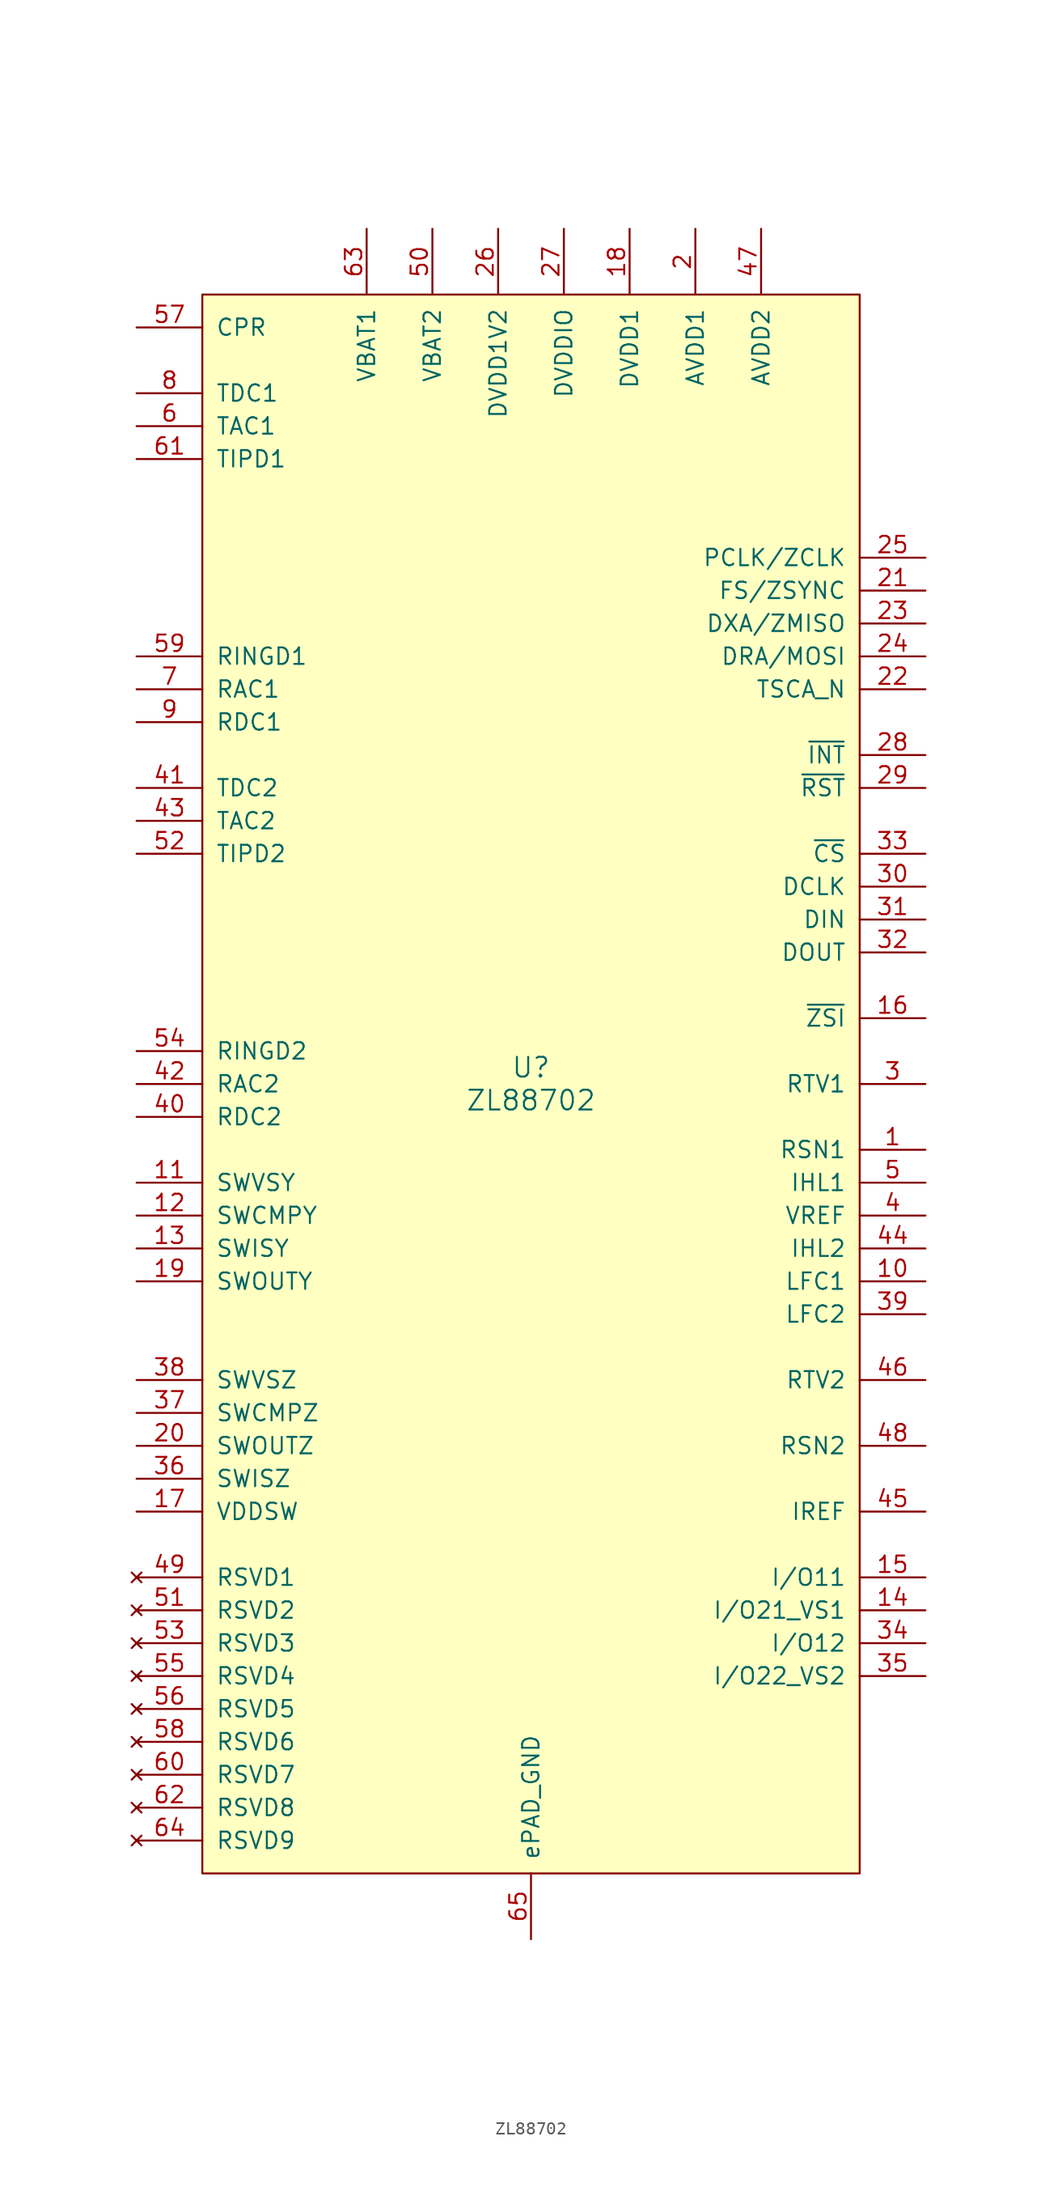
<source format=kicad_sym>
(kicad_symbol_lib
  (version 20211014)
  (generator kicad_symbol_editor)
  (symbol "ZL88702"
    (pin_names
      (offset 1.016))
    (property "Reference" "U"
      (at 0 1.27 0)
      (effects (font (size 1.524 1.524))))
    (property "Value" "ZL88702"
      (at 0 -1.27 0)
      (effects (font (size 1.524 1.524))))
    (symbol "ZL88702_0_1"
      (rectangle (start -25.4 60.96) (end 25.4 -60.96) (stroke (width 0) (type default) (color 0 0 0 0)) (fill (type background))))
    (symbol "ZL88702_1_1"
      (pin input line (at 30.48 -5.08 180) (length 5.08) (name "RSN1" (effects (font (size 1.27 1.27)))) (number "1" (effects (font (size 1.27 1.27)))))
      (pin passive line (at 30.48 -15.24 180) (length 5.08) (name "LFC1" (effects (font (size 1.27 1.27)))) (number "10" (effects (font (size 1.27 1.27)))))
      (pin input line (at -30.48 -7.62 0) (length 5.08) (name "SWVSY" (effects (font (size 1.27 1.27)))) (number "11" (effects (font (size 1.27 1.27)))))
      (pin passive line (at -30.48 -10.16 0) (length 5.08) (name "SWCMPY" (effects (font (size 1.27 1.27)))) (number "12" (effects (font (size 1.27 1.27)))))
      (pin input line (at -30.48 -12.7 0) (length 5.08) (name "SWISY" (effects (font (size 1.27 1.27)))) (number "13" (effects (font (size 1.27 1.27)))))
      (pin passive line (at 30.48 -40.64 180) (length 5.08) (name "I/O21_VS1" (effects (font (size 1.27 1.27)))) (number "14" (effects (font (size 1.27 1.27)))))
      (pin passive line (at 30.48 -38.1 180) (length 5.08) (name "I/O11" (effects (font (size 1.27 1.27)))) (number "15" (effects (font (size 1.27 1.27)))))
      (pin passive line (at 30.48 5.08 180) (length 5.08) (name "~{ZSI}" (effects (font (size 1.27 1.27)))) (number "16" (effects (font (size 1.27 1.27)))))
      (pin passive line (at -30.48 -33.02 0) (length 5.08) (name "VDDSW" (effects (font (size 1.27 1.27)))) (number "17" (effects (font (size 1.27 1.27)))))
      (pin passive line (at 7.62 66.04 270) (length 5.08) (name "DVDD1" (effects (font (size 1.27 1.27)))) (number "18" (effects (font (size 1.27 1.27)))))
      (pin passive line (at -30.48 -15.24 0) (length 5.08) (name "SWOUTY" (effects (font (size 1.27 1.27)))) (number "19" (effects (font (size 1.27 1.27)))))
      (pin passive line (at 12.7 66.04 270) (length 5.08) (name "AVDD1" (effects (font (size 1.27 1.27)))) (number "2" (effects (font (size 1.27 1.27)))))
      (pin passive line (at -30.48 -27.94 0) (length 5.08) (name "SWOUTZ" (effects (font (size 1.27 1.27)))) (number "20" (effects (font (size 1.27 1.27)))))
      (pin input line (at 30.48 38.1 180) (length 5.08) (name "FS/ZSYNC" (effects (font (size 1.27 1.27)))) (number "21" (effects (font (size 1.27 1.27)))))
      (pin passive line (at 30.48 30.48 180) (length 5.08) (name "TSCA_N" (effects (font (size 1.27 1.27)))) (number "22" (effects (font (size 1.27 1.27)))))
      (pin input line (at 30.48 35.56 180) (length 5.08) (name "DXA/ZMISO" (effects (font (size 1.27 1.27)))) (number "23" (effects (font (size 1.27 1.27)))))
      (pin passive line (at 30.48 33.02 180) (length 5.08) (name "DRA/MOSI" (effects (font (size 1.27 1.27)))) (number "24" (effects (font (size 1.27 1.27)))))
      (pin input line (at 30.48 40.64 180) (length 5.08) (name "PCLK/ZCLK" (effects (font (size 1.27 1.27)))) (number "25" (effects (font (size 1.27 1.27)))))
      (pin passive line (at -2.54 66.04 270) (length 5.08) (name "DVDD1V2" (effects (font (size 1.27 1.27)))) (number "26" (effects (font (size 1.27 1.27)))))
      (pin passive line (at 2.54 66.04 270) (length 5.08) (name "DVDDIO" (effects (font (size 1.27 1.27)))) (number "27" (effects (font (size 1.27 1.27)))))
      (pin passive line (at 30.48 25.4 180) (length 5.08) (name "~{INT}" (effects (font (size 1.27 1.27)))) (number "28" (effects (font (size 1.27 1.27)))))
      (pin input line (at 30.48 22.86 180) (length 5.08) (name "~{RST}" (effects (font (size 1.27 1.27)))) (number "29" (effects (font (size 1.27 1.27)))))
      (pin passive line (at 30.48 0 180) (length 5.08) (name "RTV1" (effects (font (size 1.27 1.27)))) (number "3" (effects (font (size 1.27 1.27)))))
      (pin input line (at 30.48 15.24 180) (length 5.08) (name "DCLK" (effects (font (size 1.27 1.27)))) (number "30" (effects (font (size 1.27 1.27)))))
      (pin input line (at 30.48 12.7 180) (length 5.08) (name "DIN" (effects (font (size 1.27 1.27)))) (number "31" (effects (font (size 1.27 1.27)))))
      (pin passive line (at 30.48 10.16 180) (length 5.08) (name "DOUT" (effects (font (size 1.27 1.27)))) (number "32" (effects (font (size 1.27 1.27)))))
      (pin input line (at 30.48 17.78 180) (length 5.08) (name "~{CS}" (effects (font (size 1.27 1.27)))) (number "33" (effects (font (size 1.27 1.27)))))
      (pin passive line (at 30.48 -43.18 180) (length 5.08) (name "I/O12" (effects (font (size 1.27 1.27)))) (number "34" (effects (font (size 1.27 1.27)))))
      (pin passive line (at 30.48 -45.72 180) (length 5.08) (name "I/O22_VS2" (effects (font (size 1.27 1.27)))) (number "35" (effects (font (size 1.27 1.27)))))
      (pin input line (at -30.48 -30.48 0) (length 5.08) (name "SWISZ" (effects (font (size 1.27 1.27)))) (number "36" (effects (font (size 1.27 1.27)))))
      (pin passive line (at -30.48 -25.4 0) (length 5.08) (name "SWCMPZ" (effects (font (size 1.27 1.27)))) (number "37" (effects (font (size 1.27 1.27)))))
      (pin passive line (at -30.48 -22.86 0) (length 5.08) (name "SWVSZ" (effects (font (size 1.27 1.27)))) (number "38" (effects (font (size 1.27 1.27)))))
      (pin passive line (at 30.48 -17.78 180) (length 5.08) (name "LFC2" (effects (font (size 1.27 1.27)))) (number "39" (effects (font (size 1.27 1.27)))))
      (pin passive line (at 30.48 -10.16 180) (length 5.08) (name "VREF" (effects (font (size 1.27 1.27)))) (number "4" (effects (font (size 1.27 1.27)))))
      (pin input line (at -30.48 -2.54 0) (length 5.08) (name "RDC2" (effects (font (size 1.27 1.27)))) (number "40" (effects (font (size 1.27 1.27)))))
      (pin input line (at -30.48 22.86 0) (length 5.08) (name "TDC2" (effects (font (size 1.27 1.27)))) (number "41" (effects (font (size 1.27 1.27)))))
      (pin input line (at -30.48 0 0) (length 5.08) (name "RAC2" (effects (font (size 1.27 1.27)))) (number "42" (effects (font (size 1.27 1.27)))))
      (pin input line (at -30.48 20.32 0) (length 5.08) (name "TAC2" (effects (font (size 1.27 1.27)))) (number "43" (effects (font (size 1.27 1.27)))))
      (pin passive line (at 30.48 -12.7 180) (length 5.08) (name "IHL2" (effects (font (size 1.27 1.27)))) (number "44" (effects (font (size 1.27 1.27)))))
      (pin input line (at 30.48 -33.02 180) (length 5.08) (name "IREF" (effects (font (size 1.27 1.27)))) (number "45" (effects (font (size 1.27 1.27)))))
      (pin passive line (at 30.48 -22.86 180) (length 5.08) (name "RTV2" (effects (font (size 1.27 1.27)))) (number "46" (effects (font (size 1.27 1.27)))))
      (pin passive line (at 17.78 66.04 270) (length 5.08) (name "AVDD2" (effects (font (size 1.27 1.27)))) (number "47" (effects (font (size 1.27 1.27)))))
      (pin input line (at 30.48 -27.94 180) (length 5.08) (name "RSN2" (effects (font (size 1.27 1.27)))) (number "48" (effects (font (size 1.27 1.27)))))
      (pin no_connect line (at -30.48 -38.1 0) (length 5.08) (name "RSVD1" (effects (font (size 1.27 1.27)))) (number "49" (effects (font (size 1.27 1.27)))))
      (pin passive line (at 30.48 -7.62 180) (length 5.08) (name "IHL1" (effects (font (size 1.27 1.27)))) (number "5" (effects (font (size 1.27 1.27)))))
      (pin passive line (at -7.62 66.04 270) (length 5.08) (name "VBAT2" (effects (font (size 1.27 1.27)))) (number "50" (effects (font (size 1.27 1.27)))))
      (pin no_connect line (at -30.48 -40.64 0) (length 5.08) (name "RSVD2" (effects (font (size 1.27 1.27)))) (number "51" (effects (font (size 1.27 1.27)))))
      (pin passive line (at -30.48 17.78 0) (length 5.08) (name "TIPD2" (effects (font (size 1.27 1.27)))) (number "52" (effects (font (size 1.27 1.27)))))
      (pin no_connect line (at -30.48 -43.18 0) (length 5.08) (name "RSVD3" (effects (font (size 1.27 1.27)))) (number "53" (effects (font (size 1.27 1.27)))))
      (pin passive line (at -30.48 2.54 0) (length 5.08) (name "RINGD2" (effects (font (size 1.27 1.27)))) (number "54" (effects (font (size 1.27 1.27)))))
      (pin no_connect line (at -30.48 -45.72 0) (length 5.08) (name "RSVD4" (effects (font (size 1.27 1.27)))) (number "55" (effects (font (size 1.27 1.27)))))
      (pin no_connect line (at -30.48 -48.26 0) (length 5.08) (name "RSVD5" (effects (font (size 1.27 1.27)))) (number "56" (effects (font (size 1.27 1.27)))))
      (pin passive line (at -30.48 58.42 0) (length 5.08) (name "CPR" (effects (font (size 1.27 1.27)))) (number "57" (effects (font (size 1.27 1.27)))))
      (pin no_connect line (at -30.48 -50.8 0) (length 5.08) (name "RSVD6" (effects (font (size 1.27 1.27)))) (number "58" (effects (font (size 1.27 1.27)))))
      (pin passive line (at -30.48 33.02 0) (length 5.08) (name "RINGD1" (effects (font (size 1.27 1.27)))) (number "59" (effects (font (size 1.27 1.27)))))
      (pin input line (at -30.48 50.8 0) (length 5.08) (name "TAC1" (effects (font (size 1.27 1.27)))) (number "6" (effects (font (size 1.27 1.27)))))
      (pin no_connect line (at -30.48 -53.34 0) (length 5.08) (name "RSVD7" (effects (font (size 1.27 1.27)))) (number "60" (effects (font (size 1.27 1.27)))))
      (pin passive line (at -30.48 48.26 0) (length 5.08) (name "TIPD1" (effects (font (size 1.27 1.27)))) (number "61" (effects (font (size 1.27 1.27)))))
      (pin no_connect line (at -30.48 -55.88 0) (length 5.08) (name "RSVD8" (effects (font (size 1.27 1.27)))) (number "62" (effects (font (size 1.27 1.27)))))
      (pin passive line (at -12.7 66.04 270) (length 5.08) (name "VBAT1" (effects (font (size 1.27 1.27)))) (number "63" (effects (font (size 1.27 1.27)))))
      (pin no_connect line (at -30.48 -58.42 0) (length 5.08) (name "RSVD9" (effects (font (size 1.27 1.27)))) (number "64" (effects (font (size 1.27 1.27)))))
      (pin passive line (at 0 -66.04 90) (length 5.08) (name "ePAD_GND" (effects (font (size 1.27 1.27)))) (number "65" (effects (font (size 1.27 1.27)))))
      (pin input line (at -30.48 30.48 0) (length 5.08) (name "RAC1" (effects (font (size 1.27 1.27)))) (number "7" (effects (font (size 1.27 1.27)))))
      (pin input line (at -30.48 53.34 0) (length 5.08) (name "TDC1" (effects (font (size 1.27 1.27)))) (number "8" (effects (font (size 1.27 1.27)))))
      (pin input line (at -30.48 27.94 0) (length 5.08) (name "RDC1" (effects (font (size 1.27 1.27)))) (number "9" (effects (font (size 1.27 1.27))))))))
</source>
